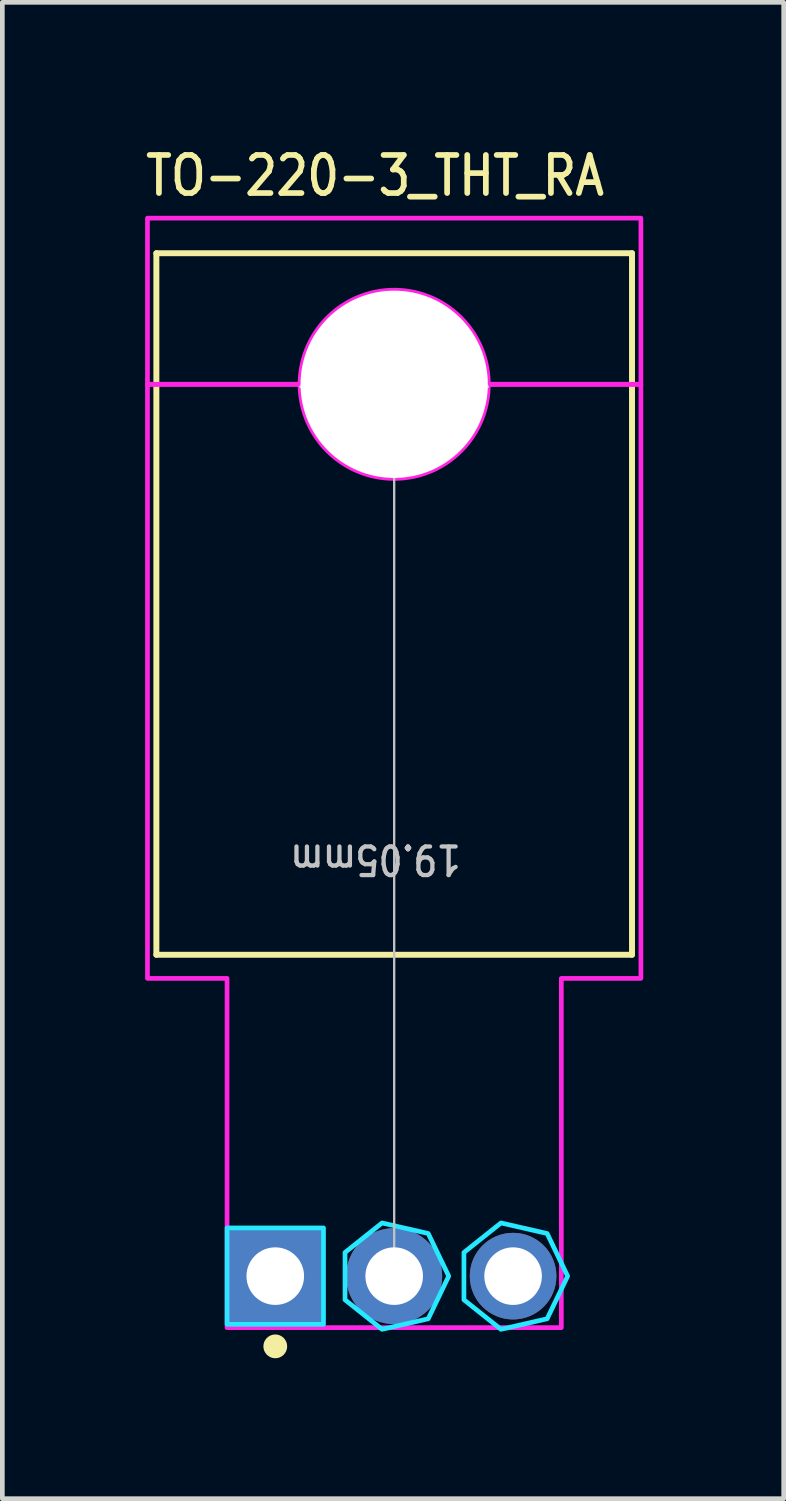
<source format=kicad_pcb>
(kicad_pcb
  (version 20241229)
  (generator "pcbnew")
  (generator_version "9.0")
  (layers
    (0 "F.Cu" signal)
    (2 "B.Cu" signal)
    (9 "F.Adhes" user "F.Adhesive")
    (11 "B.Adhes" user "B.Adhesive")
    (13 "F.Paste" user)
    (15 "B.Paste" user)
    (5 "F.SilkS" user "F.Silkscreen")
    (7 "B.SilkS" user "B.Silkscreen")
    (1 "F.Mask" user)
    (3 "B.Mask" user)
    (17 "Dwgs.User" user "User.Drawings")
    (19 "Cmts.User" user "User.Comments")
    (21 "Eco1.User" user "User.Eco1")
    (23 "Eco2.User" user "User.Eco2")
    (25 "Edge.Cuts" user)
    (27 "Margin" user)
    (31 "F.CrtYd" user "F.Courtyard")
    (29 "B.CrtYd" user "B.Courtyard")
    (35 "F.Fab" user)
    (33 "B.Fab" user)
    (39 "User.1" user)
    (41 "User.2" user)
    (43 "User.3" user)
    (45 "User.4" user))
  (footprint "TO-220-3_THT_RA"
    (layer "F.Cu")
    (at 5.37 24.209)
    (property "Reference" "TO-220-3_THT_RA" (at -5.37 -23.03 0) (unlocked yes) (layer "F.SilkS") (effects (font (size 0.813 0.695) (thickness 0.122)) (justify left bottom)))
    (fp_line (start -5.08 -21.85) (end 5.08 -21.85) (stroke (width 0.127) (type solid)) (layer "F.SilkS"))
    (fp_line (start -5.08 -6.865) (end -5.08 -21.85) (stroke (width 0.127) (type solid)) (layer "F.SilkS"))
    (fp_line (start 5.08 -21.85) (end 5.08 -6.865) (stroke (width 0.127) (type solid)) (layer "F.SilkS"))
    (fp_line (start 5.08 -6.865) (end -5.08 -6.865) (stroke (width 0.127) (type solid)) (layer "F.SilkS"))
    (fp_circle (center -2.54 1.5) (end -2.286 1.5) (stroke (width 0) (type solid)) (fill yes) (layer "F.SilkS"))
    (fp_line (start -2 -19) (end -1.8 -19.2) (stroke (width 0.05) (type solid)) (layer "Dwgs.User"))
    (fp_line (start -2 -19) (end -1.8 -18.8) (stroke (width 0.05) (type solid)) (layer "Dwgs.User"))
    (fp_line (start -2 -19) (end 2 -19) (stroke (width 0.05) (type solid)) (layer "Dwgs.User"))
    (fp_line (start 0 -19) (end -0.2 -18.7) (stroke (width 0.05) (type solid)) (layer "Dwgs.User"))
    (fp_line (start 0 -19) (end 0 0) (stroke (width 0.05) (type solid)) (layer "Dwgs.User"))
    (fp_line (start 0 -19) (end 0.2 -18.7) (stroke (width 0.05) (type solid)) (layer "Dwgs.User"))
    (fp_line (start 0 0) (end -0.2 -0.3) (stroke (width 0.05) (type solid)) (layer "Dwgs.User"))
    (fp_line (start 0 0) (end 0.2 -0.3) (stroke (width 0.05) (type solid)) (layer "Dwgs.User"))
    (fp_line (start 2 -19) (end 1.8 -19.2) (stroke (width 0.05) (type solid)) (layer "Dwgs.User"))
    (fp_line (start 2 -19) (end 1.8 -18.8) (stroke (width 0.05) (type solid)) (layer "Dwgs.User"))
    (fp_poly (pts (xy -3.57 -1.03) (xy -1.51 -1.03) (xy -1.51 1.03) (xy -3.57 1.03)) (stroke (width 0.1) (type solid)) (fill no) (layer "B.CrtYd"))
    (fp_poly (pts (xy 1.165 0) (xy 0.727 -0.911) (xy -0.259 -1.136) (xy -1.05 -0.506) (xy -1.05 0.506) (xy -0.259 1.136) (xy 0.727 0.911)) (stroke (width 0.1) (type solid)) (fill no) (layer "B.CrtYd"))
    (fp_poly (pts (xy 3.705 0) (xy 3.267 -0.911) (xy 2.281 -1.136) (xy 1.49 -0.506) (xy 1.49 0.506) (xy 2.281 1.136) (xy 3.267 0.911)) (stroke (width 0.1) (type solid)) (fill no) (layer "B.CrtYd"))
    (fp_poly (pts (xy 5.27 -22.6) (xy 5.27 -19.05) (xy 2.01 -19.05) (xy 2.01 -19.05) (xy 2.01 -19.081) (xy 2.01 -19.082) (xy 2.009 -19.113) (xy 2.009 -19.113) (xy 2.008 -19.145) (xy 2.008 -19.145) (xy 2.006 -19.176) (xy 2.006 -19.176) (xy 2.004 -19.208) (xy 2.004 -19.208) (xy 2.001 -19.239) (xy 2.001 -19.239) (xy 1.998 -19.27) (xy 1.998 -19.271) (xy 1.994 -19.302) (xy 1.994 -19.302) (xy 1.99 -19.333) (xy 1.99 -19.333) (xy 1.985 -19.364) (xy 1.985 -19.365) (xy 1.98 -19.395) (xy 1.98 -19.396) (xy 1.974 -19.427) (xy 1.974 -19.427) (xy 1.968 -19.458) (xy 1.968 -19.458) (xy 1.962 -19.488) (xy 1.962 -19.489) (xy 1.954 -19.519) (xy 1.954 -19.519) (xy 1.947 -19.55) (xy 1.947 -19.55) (xy 1.939 -19.58) (xy 1.939 -19.58) (xy 1.93 -19.611) (xy 1.93 -19.611) (xy 1.921 -19.641) (xy 1.921 -19.641) (xy 1.912 -19.671) (xy 1.912 -19.671) (xy 1.902 -19.701) (xy 1.902 -19.701) (xy 1.891 -19.731) (xy 1.891 -19.731) (xy 1.88 -19.76) (xy 1.88 -19.761) (xy 1.869 -19.79) (xy 1.869 -19.79) (xy 1.857 -19.819) (xy 1.857 -19.819) (xy 1.845 -19.848) (xy 1.845 -19.848) (xy 1.832 -19.877) (xy 1.832 -19.877) (xy 1.819 -19.906) (xy 1.819 -19.906) (xy 1.805 -19.934) (xy 1.805 -19.934) (xy 1.791 -19.962) (xy 1.791 -19.963) (xy 1.776 -19.99) (xy 1.776 -19.991) (xy 1.761 -20.018) (xy 1.761 -20.018) (xy 1.746 -20.046) (xy 1.746 -20.046) (xy 1.73 -20.073) (xy 1.73 -20.073) (xy 1.714 -20.1) (xy 1.714 -20.1) (xy 1.697 -20.127) (xy 1.697 -20.127) (xy 1.68 -20.153) (xy 1.68 -20.154) (xy 1.662 -20.18) (xy 1.662 -20.18) (xy 1.645 -20.206) (xy 1.644 -20.206) (xy 1.626 -20.231) (xy 1.626 -20.232) (xy 1.607 -20.257) (xy 1.607 -20.257) (xy 1.588 -20.282) (xy 1.588 -20.282) (xy 1.569 -20.307) (xy 1.569 -20.307) (xy 1.549 -20.331) (xy 1.549 -20.331) (xy 1.528 -20.355) (xy 1.528 -20.355) (xy 1.508 -20.379) (xy 1.508 -20.379) (xy 1.487 -20.403) (xy 1.487 -20.403) (xy 1.465 -20.426) (xy 1.465 -20.426) (xy 1.443 -20.449) (xy 1.443 -20.449) (xy 1.421 -20.471) (xy 1.421 -20.471) (xy 1.399 -20.493) (xy 1.399 -20.493) (xy 1.376 -20.515) (xy 1.376 -20.515) (xy 1.353 -20.537) (xy 1.353 -20.537) (xy 1.329 -20.558) (xy 1.329 -20.558) (xy 1.305 -20.578) (xy 1.305 -20.578) (xy 1.281 -20.599) (xy 1.281 -20.599) (xy 1.257 -20.619) (xy 1.257 -20.619) (xy 1.232 -20.638) (xy 1.232 -20.638) (xy 1.207 -20.657) (xy 1.207 -20.657) (xy 1.182 -20.676) (xy 1.181 -20.676) (xy 1.156 -20.694) (xy 1.156 -20.695) (xy 1.13 -20.712) (xy 1.13 -20.712) (xy 1.104 -20.73) (xy 1.103 -20.73) (xy 1.077 -20.747) (xy 1.077 -20.747) (xy 1.05 -20.764) (xy 1.05 -20.764) (xy 1.023 -20.78) (xy 1.023 -20.78) (xy 0.996 -20.796) (xy 0.996 -20.796) (xy 0.968 -20.811) (xy 0.968 -20.811) (xy 0.941 -20.826) (xy 0.94 -20.826) (xy 0.913 -20.841) (xy 0.912 -20.841) (xy 0.884 -20.855) (xy 0.884 -20.855) (xy 0.856 -20.869) (xy 0.856 -20.869) (xy 0.827 -20.882) (xy 0.827 -20.882) (xy 0.798 -20.895) (xy 0.798 -20.895) (xy 0.769 -20.907) (xy 0.769 -20.907) (xy 0.74 -20.919) (xy 0.74 -20.919) (xy 0.711 -20.93) (xy 0.71 -20.93) (xy 0.681 -20.941) (xy 0.681 -20.941) (xy 0.651 -20.952) (xy 0.651 -20.952) (xy 0.621 -20.962) (xy 0.621 -20.962) (xy 0.591 -20.971) (xy 0.591 -20.971) (xy 0.561 -20.98) (xy 0.561 -20.98) (xy 0.53 -20.989) (xy 0.53 -20.989) (xy 0.5 -20.997) (xy 0.5 -20.997) (xy 0.469 -21.004) (xy 0.469 -21.004) (xy 0.439 -21.012) (xy 0.438 -21.012) (xy 0.408 -21.018) (xy 0.408 -21.018) (xy 0.377 -21.024) (xy 0.377 -21.024) (xy 0.346 -21.03) (xy 0.345 -21.03) (xy 0.315 -21.035) (xy 0.314 -21.035) (xy 0.283 -21.04) (xy 0.283 -21.04) (xy 0.252 -21.044) (xy 0.252 -21.044) (xy 0.221 -21.048) (xy 0.22 -21.048) (xy 0.189 -21.051) (xy 0.189 -21.051) (xy 0.158 -21.054) (xy 0.158 -21.054) (xy 0.126 -21.056) (xy 0.126 -21.056) (xy 0.095 -21.058) (xy 0.095 -21.058) (xy 0.063 -21.059) (xy 0.063 -21.059) (xy 0.032 -21.06) (xy 0.031 -21.06) (xy 0.000078 -21.06) (xy -0.000078 -21.06) (xy -0.031 -21.06) (xy -0.032 -21.06) (xy -0.063 -21.059) (xy -0.063 -21.059) (xy -0.095 -21.058) (xy -0.095 -21.058) (xy -0.126 -21.056) (xy -0.126 -21.056) (xy -0.158 -21.054) (xy -0.158 -21.054) (xy -0.189 -21.051) (xy -0.189 -21.051) (xy -0.22 -21.048) (xy -0.221 -21.048) (xy -0.252 -21.044) (xy -0.252 -21.044) (xy -0.283 -21.04) (xy -0.283 -21.04) (xy -0.314 -21.035) (xy -0.315 -21.035) (xy -0.345 -21.03) (xy -0.346 -21.03) (xy -0.377 -21.024) (xy -0.377 -21.024) (xy -0.408 -21.018) (xy -0.408 -21.018) (xy -0.438 -21.012) (xy -0.439 -21.012) (xy -0.469 -21.004) (xy -0.469 -21.004) (xy -0.5 -20.997) (xy -0.5 -20.997) (xy -0.53 -20.989) (xy -0.53 -20.989) (xy -0.561 -20.98) (xy -0.561 -20.98) (xy -0.591 -20.971) (xy -0.591 -20.971) (xy -0.621 -20.962) (xy -0.621 -20.962) (xy -0.651 -20.952) (xy -0.651 -20.952) (xy -0.681 -20.941) (xy -0.681 -20.941) (xy -0.71 -20.93) (xy -0.711 -20.93) (xy -0.74 -20.919) (xy -0.74 -20.919) (xy -0.769 -20.907) (xy -0.769 -20.907) (xy -0.798 -20.895) (xy -0.798 -20.895) (xy -0.827 -20.882) (xy -0.827 -20.882) (xy -0.856 -20.869) (xy -0.856 -20.869) (xy -0.884 -20.855) (xy -0.884 -20.855) (xy -0.912 -20.841) (xy -0.913 -20.841) (xy -0.94 -20.826) (xy -0.941 -20.826) (xy -0.968 -20.811) (xy -0.968 -20.811) (xy -0.996 -20.796) (xy -0.996 -20.796) (xy -1.023 -20.78) (xy -1.023 -20.78) (xy -1.05 -20.764) (xy -1.05 -20.764) (xy -1.077 -20.747) (xy -1.077 -20.747) (xy -1.103 -20.73) (xy -1.104 -20.73) (xy -1.13 -20.712) (xy -1.13 -20.712) (xy -1.156 -20.695) (xy -1.156 -20.694) (xy -1.181 -20.676) (xy -1.182 -20.676) (xy -1.207 -20.657) (xy -1.207 -20.657) (xy -1.232 -20.638) (xy -1.232 -20.638) (xy -1.257 -20.619) (xy -1.257 -20.619) (xy -1.281 -20.599) (xy -1.281 -20.599) (xy -1.305 -20.578) (xy -1.305 -20.578) (xy -1.329 -20.558) (xy -1.329 -20.558) (xy -1.353 -20.537) (xy -1.353 -20.537) (xy -1.376 -20.515) (xy -1.376 -20.515) (xy -1.399 -20.493) (xy -1.399 -20.493) (xy -1.421 -20.471) (xy -1.421 -20.471) (xy -1.443 -20.449) (xy -1.443 -20.449) (xy -1.465 -20.426) (xy -1.465 -20.426) (xy -1.487 -20.403) (xy -1.487 -20.403) (xy -1.508 -20.379) (xy -1.508 -20.379) (xy -1.528 -20.355) (xy -1.528 -20.355) (xy -1.549 -20.331) (xy -1.549 -20.331) (xy -1.569 -20.307) (xy -1.569 -20.307) (xy -1.588 -20.282) (xy -1.588 -20.282) (xy -1.607 -20.257) (xy -1.607 -20.257) (xy -1.626 -20.232) (xy -1.626 -20.231) (xy -1.644 -20.206) (xy -1.645 -20.206) (xy -1.662 -20.18) (xy -1.662 -20.18) (xy -1.68 -20.154) (xy -1.68 -20.153) (xy -1.697 -20.127) (xy -1.697 -20.127) (xy -1.714 -20.1) (xy -1.714 -20.1) (xy -1.73 -20.073) (xy -1.73 -20.073) (xy -1.746 -20.046) (xy -1.746 -20.046) (xy -1.761 -20.018) (xy -1.761 -20.018) (xy -1.776 -19.991) (xy -1.776 -19.99) (xy -1.791 -19.963) (xy -1.791 -19.962) (xy -1.805 -19.934) (xy -1.805 -19.934) (xy -1.819 -19.906) (xy -1.819 -19.906) (xy -1.832 -19.877) (xy -1.832 -19.877) (xy -1.845 -19.848) (xy -1.845 -19.848) (xy -1.857 -19.819) (xy -1.857 -19.819) (xy -1.869 -19.79) (xy -1.869 -19.79) (xy -1.88 -19.761) (xy -1.88 -19.76) (xy -1.891 -19.731) (xy -1.891 -19.731) (xy -1.902 -19.701) (xy -1.902 -19.701) (xy -1.912 -19.671) (xy -1.912 -19.671) (xy -1.921 -19.641) (xy -1.921 -19.641) (xy -1.93 -19.611) (xy -1.93 -19.611) (xy -1.939 -19.58) (xy -1.939 -19.58) (xy -1.947 -19.55) (xy -1.947 -19.55) (xy -1.954 -19.519) (xy -1.954 -19.519) (xy -1.962 -19.489) (xy -1.962 -19.488) (xy -1.968 -19.458) (xy -1.968 -19.458) (xy -1.974 -19.427) (xy -1.974 -19.427) (xy -1.98 -19.396) (xy -1.98 -19.395) (xy -1.985 -19.365) (xy -1.985 -19.364) (xy -1.99 -19.333) (xy -1.99 -19.333) (xy -1.994 -19.302) (xy -1.994 -19.302) (xy -1.998 -19.271) (xy -1.998 -19.27) (xy -2.001 -19.239) (xy -2.001 -19.239) (xy -2.004 -19.208) (xy -2.004 -19.208) (xy -2.006 -19.176) (xy -2.006 -19.176) (xy -2.008 -19.145) (xy -2.008 -19.145) (xy -2.009 -19.113) (xy -2.009 -19.113) (xy -2.01 -19.082) (xy -2.01 -19.081) (xy -2.01 -19.05) (xy -2.01 -19.05) (xy -5.27 -19.05) (xy -5.27 -22.6)) (stroke (width 0.1) (type solid)) (fill no) (layer "F.CrtYd"))
    (fp_poly (pts (xy 5.27 -19.05) (xy 5.27 -6.36) (xy 3.57 -6.36) (xy 3.57 1.1) (xy -3.57 1.1) (xy -3.57 -6.36) (xy -5.27 -6.36) (xy -5.27 -19.05) (xy -2.01 -19.05) (xy -2.01 -19.05) (xy -2.01 -19.019) (xy -2.01 -19.018) (xy -2.009 -18.987) (xy -2.009 -18.987) (xy -2.008 -18.955) (xy -2.008 -18.955) (xy -2.006 -18.924) (xy -2.006 -18.924) (xy -2.004 -18.892) (xy -2.004 -18.892) (xy -2.001 -18.861) (xy -2.001 -18.861) (xy -1.998 -18.83) (xy -1.998 -18.829) (xy -1.994 -18.798) (xy -1.994 -18.798) (xy -1.99 -18.767) (xy -1.99 -18.767) (xy -1.985 -18.736) (xy -1.985 -18.735) (xy -1.98 -18.704) (xy -1.98 -18.704) (xy -1.974 -18.673) (xy -1.974 -18.673) (xy -1.968 -18.642) (xy -1.968 -18.642) (xy -1.962 -18.612) (xy -1.962 -18.611) (xy -1.954 -18.581) (xy -1.954 -18.581) (xy -1.947 -18.55) (xy -1.947 -18.55) (xy -1.939 -18.52) (xy -1.939 -18.52) (xy -1.93 -18.489) (xy -1.93 -18.489) (xy -1.921 -18.459) (xy -1.921 -18.459) (xy -1.912 -18.429) (xy -1.912 -18.429) (xy -1.902 -18.399) (xy -1.902 -18.399) (xy -1.891 -18.369) (xy -1.891 -18.369) (xy -1.88 -18.34) (xy -1.88 -18.339) (xy -1.869 -18.31) (xy -1.869 -18.31) (xy -1.857 -18.281) (xy -1.857 -18.281) (xy -1.845 -18.252) (xy -1.845 -18.252) (xy -1.832 -18.223) (xy -1.832 -18.223) (xy -1.819 -18.194) (xy -1.819 -18.194) (xy -1.805 -18.166) (xy -1.805 -18.166) (xy -1.791 -18.138) (xy -1.791 -18.137) (xy -1.776 -18.11) (xy -1.776 -18.109) (xy -1.761 -18.082) (xy -1.761 -18.082) (xy -1.746 -18.054) (xy -1.746 -18.054) (xy -1.73 -18.027) (xy -1.73 -18.027) (xy -1.714 -18) (xy -1.714 -18) (xy -1.697 -17.973) (xy -1.697 -17.973) (xy -1.68 -17.947) (xy -1.68 -17.946) (xy -1.662 -17.92) (xy -1.662 -17.92) (xy -1.645 -17.894) (xy -1.644 -17.894) (xy -1.626 -17.869) (xy -1.626 -17.868) (xy -1.607 -17.843) (xy -1.607 -17.843) (xy -1.588 -17.818) (xy -1.588 -17.818) (xy -1.569 -17.793) (xy -1.569 -17.793) (xy -1.549 -17.769) (xy -1.549 -17.769) (xy -1.528 -17.745) (xy -1.528 -17.745) (xy -1.508 -17.721) (xy -1.508 -17.721) (xy -1.487 -17.697) (xy -1.487 -17.697) (xy -1.465 -17.674) (xy -1.465 -17.674) (xy -1.443 -17.651) (xy -1.443 -17.651) (xy -1.421 -17.629) (xy -1.421 -17.629) (xy -1.399 -17.607) (xy -1.399 -17.607) (xy -1.376 -17.585) (xy -1.376 -17.585) (xy -1.353 -17.563) (xy -1.353 -17.563) (xy -1.329 -17.542) (xy -1.329 -17.542) (xy -1.305 -17.522) (xy -1.305 -17.522) (xy -1.281 -17.501) (xy -1.281 -17.501) (xy -1.257 -17.481) (xy -1.257 -17.481) (xy -1.232 -17.462) (xy -1.232 -17.462) (xy -1.207 -17.443) (xy -1.207 -17.443) (xy -1.182 -17.424) (xy -1.181 -17.424) (xy -1.156 -17.406) (xy -1.156 -17.405) (xy -1.13 -17.388) (xy -1.13 -17.388) (xy -1.104 -17.37) (xy -1.103 -17.37) (xy -1.077 -17.353) (xy -1.077 -17.353) (xy -1.05 -17.336) (xy -1.05 -17.336) (xy -1.023 -17.32) (xy -1.023 -17.32) (xy -0.996 -17.304) (xy -0.996 -17.304) (xy -0.968 -17.289) (xy -0.968 -17.289) (xy -0.941 -17.274) (xy -0.94 -17.274) (xy -0.913 -17.259) (xy -0.912 -17.259) (xy -0.884 -17.245) (xy -0.884 -17.245) (xy -0.856 -17.231) (xy -0.856 -17.231) (xy -0.827 -17.218) (xy -0.827 -17.218) (xy -0.798 -17.205) (xy -0.798 -17.205) (xy -0.769 -17.193) (xy -0.769 -17.193) (xy -0.74 -17.181) (xy -0.74 -17.181) (xy -0.711 -17.17) (xy -0.71 -17.17) (xy -0.681 -17.159) (xy -0.681 -17.159) (xy -0.651 -17.148) (xy -0.651 -17.148) (xy -0.621 -17.138) (xy -0.621 -17.138) (xy -0.591 -17.129) (xy -0.591 -17.129) (xy -0.561 -17.12) (xy -0.561 -17.12) (xy -0.53 -17.111) (xy -0.53 -17.111) (xy -0.5 -17.103) (xy -0.5 -17.103) (xy -0.469 -17.096) (xy -0.469 -17.096) (xy -0.439 -17.088) (xy -0.438 -17.088) (xy -0.408 -17.082) (xy -0.408 -17.082) (xy -0.377 -17.076) (xy -0.377 -17.076) (xy -0.346 -17.07) (xy -0.345 -17.07) (xy -0.315 -17.065) (xy -0.314 -17.065) (xy -0.283 -17.06) (xy -0.283 -17.06) (xy -0.252 -17.056) (xy -0.252 -17.056) (xy -0.221 -17.052) (xy -0.22 -17.052) (xy -0.189 -17.049) (xy -0.189 -17.049) (xy -0.158 -17.046) (xy -0.158 -17.046) (xy -0.126 -17.044) (xy -0.126 -17.044) (xy -0.095 -17.042) (xy -0.095 -17.042) (xy -0.063 -17.041) (xy -0.063 -17.041) (xy -0.032 -17.04) (xy -0.031 -17.04) (xy -0.000078 -17.04) (xy 0.000078 -17.04) (xy 0.031 -17.04) (xy 0.032 -17.04) (xy 0.063 -17.041) (xy 0.063 -17.041) (xy 0.095 -17.042) (xy 0.095 -17.042) (xy 0.126 -17.044) (xy 0.126 -17.044) (xy 0.158 -17.046) (xy 0.158 -17.046) (xy 0.189 -17.049) (xy 0.189 -17.049) (xy 0.22 -17.052) (xy 0.221 -17.052) (xy 0.252 -17.056) (xy 0.252 -17.056) (xy 0.283 -17.06) (xy 0.283 -17.06) (xy 0.314 -17.065) (xy 0.315 -17.065) (xy 0.345 -17.07) (xy 0.346 -17.07) (xy 0.377 -17.076) (xy 0.377 -17.076) (xy 0.408 -17.082) (xy 0.408 -17.082) (xy 0.438 -17.088) (xy 0.439 -17.088) (xy 0.469 -17.096) (xy 0.469 -17.096) (xy 0.5 -17.103) (xy 0.5 -17.103) (xy 0.53 -17.111) (xy 0.53 -17.111) (xy 0.561 -17.12) (xy 0.561 -17.12) (xy 0.591 -17.129) (xy 0.591 -17.129) (xy 0.621 -17.138) (xy 0.621 -17.138) (xy 0.651 -17.148) (xy 0.651 -17.148) (xy 0.681 -17.159) (xy 0.681 -17.159) (xy 0.71 -17.17) (xy 0.711 -17.17) (xy 0.74 -17.181) (xy 0.74 -17.181) (xy 0.769 -17.193) (xy 0.769 -17.193) (xy 0.798 -17.205) (xy 0.798 -17.205) (xy 0.827 -17.218) (xy 0.827 -17.218) (xy 0.856 -17.231) (xy 0.856 -17.231) (xy 0.884 -17.245) (xy 0.884 -17.245) (xy 0.912 -17.259) (xy 0.913 -17.259) (xy 0.94 -17.274) (xy 0.941 -17.274) (xy 0.968 -17.289) (xy 0.968 -17.289) (xy 0.996 -17.304) (xy 0.996 -17.304) (xy 1.023 -17.32) (xy 1.023 -17.32) (xy 1.05 -17.336) (xy 1.05 -17.336) (xy 1.077 -17.353) (xy 1.077 -17.353) (xy 1.103 -17.37) (xy 1.104 -17.37) (xy 1.13 -17.388) (xy 1.13 -17.388) (xy 1.156 -17.405) (xy 1.156 -17.406) (xy 1.181 -17.424) (xy 1.182 -17.424) (xy 1.207 -17.443) (xy 1.207 -17.443) (xy 1.232 -17.462) (xy 1.232 -17.462) (xy 1.257 -17.481) (xy 1.257 -17.481) (xy 1.281 -17.501) (xy 1.281 -17.501) (xy 1.305 -17.522) (xy 1.305 -17.522) (xy 1.329 -17.542) (xy 1.329 -17.542) (xy 1.353 -17.563) (xy 1.353 -17.563) (xy 1.376 -17.585) (xy 1.376 -17.585) (xy 1.399 -17.607) (xy 1.399 -17.607) (xy 1.421 -17.629) (xy 1.421 -17.629) (xy 1.443 -17.651) (xy 1.443 -17.651) (xy 1.465 -17.674) (xy 1.465 -17.674) (xy 1.487 -17.697) (xy 1.487 -17.697) (xy 1.508 -17.721) (xy 1.508 -17.721) (xy 1.528 -17.745) (xy 1.528 -17.745) (xy 1.549 -17.769) (xy 1.549 -17.769) (xy 1.569 -17.793) (xy 1.569 -17.793) (xy 1.588 -17.818) (xy 1.588 -17.818) (xy 1.607 -17.843) (xy 1.607 -17.843) (xy 1.626 -17.868) (xy 1.626 -17.869) (xy 1.644 -17.894) (xy 1.645 -17.894) (xy 1.662 -17.92) (xy 1.662 -17.92) (xy 1.68 -17.946) (xy 1.68 -17.947) (xy 1.697 -17.973) (xy 1.697 -17.973) (xy 1.714 -18) (xy 1.714 -18) (xy 1.73 -18.027) (xy 1.73 -18.027) (xy 1.746 -18.054) (xy 1.746 -18.054) (xy 1.761 -18.082) (xy 1.761 -18.082) (xy 1.776 -18.109) (xy 1.776 -18.11) (xy 1.791 -18.137) (xy 1.791 -18.138) (xy 1.805 -18.166) (xy 1.805 -18.166) (xy 1.819 -18.194) (xy 1.819 -18.194) (xy 1.832 -18.223) (xy 1.832 -18.223) (xy 1.845 -18.252) (xy 1.845 -18.252) (xy 1.857 -18.281) (xy 1.857 -18.281) (xy 1.869 -18.31) (xy 1.869 -18.31) (xy 1.88 -18.339) (xy 1.88 -18.34) (xy 1.891 -18.369) (xy 1.891 -18.369) (xy 1.902 -18.399) (xy 1.902 -18.399) (xy 1.912 -18.429) (xy 1.912 -18.429) (xy 1.921 -18.459) (xy 1.921 -18.459) (xy 1.93 -18.489) (xy 1.93 -18.489) (xy 1.939 -18.52) (xy 1.939 -18.52) (xy 1.947 -18.55) (xy 1.947 -18.55) (xy 1.954 -18.581) (xy 1.954 -18.581) (xy 1.962 -18.611) (xy 1.962 -18.612) (xy 1.968 -18.642) (xy 1.968 -18.642) (xy 1.974 -18.673) (xy 1.974 -18.673) (xy 1.98 -18.704) (xy 1.98 -18.704) (xy 1.985 -18.735) (xy 1.985 -18.736) (xy 1.99 -18.767) (xy 1.99 -18.767) (xy 1.994 -18.798) (xy 1.994 -18.798) (xy 1.998 -18.829) (xy 1.998 -18.83) (xy 2.001 -18.861) (xy 2.001 -18.861) (xy 2.004 -18.892) (xy 2.004 -18.892) (xy 2.006 -18.924) (xy 2.006 -18.924) (xy 2.008 -18.955) (xy 2.008 -18.955) (xy 2.009 -18.987) (xy 2.009 -18.987) (xy 2.01 -19.018) (xy 2.01 -19.019) (xy 2.01 -19.05) (xy 2.01 -19.05)) (stroke (width 0.1) (type solid)) (fill no) (layer "F.CrtYd"))
    (fp_text user "19.05mm" (at -0.4 -8.9 180) (unlocked yes) (layer "Dwgs.User") (effects (font (size 0.61 0.521) (thickness 0.091))))
    (fp_text user "⌀3.9mm" (at 0 -19.4 0) (unlocked yes) (layer "Dwgs.User") (effects (font (size 0.61 0.521) (thickness 0.091))))
    (pad "" np_thru_hole circle (at 0 -19.05) (size 4 4) (drill 4) (layers "*.Cu" "*.Mask"))
    (pad "1" thru_hole rect (at -2.54 0) (size 2.05 2.05) (drill 1.23) (layers "*.Cu" "*.Mask"))
    (pad "2" thru_hole oval (at 0 0) (size 2.05 2.05) (drill 1.23) (layers "*.Cu" "*.Mask"))
    (pad "3" thru_hole oval (at 2.54 0) (size 1.85 1.85) (drill 1.23) (layers "*.Cu" "*.Mask")))
  (gr_rect
    (start -3 -3)
    (end 13.69 28.963)
    (stroke (width 0.1) (type default))
    (fill no)
    (layer "Edge.Cuts")))
</source>
